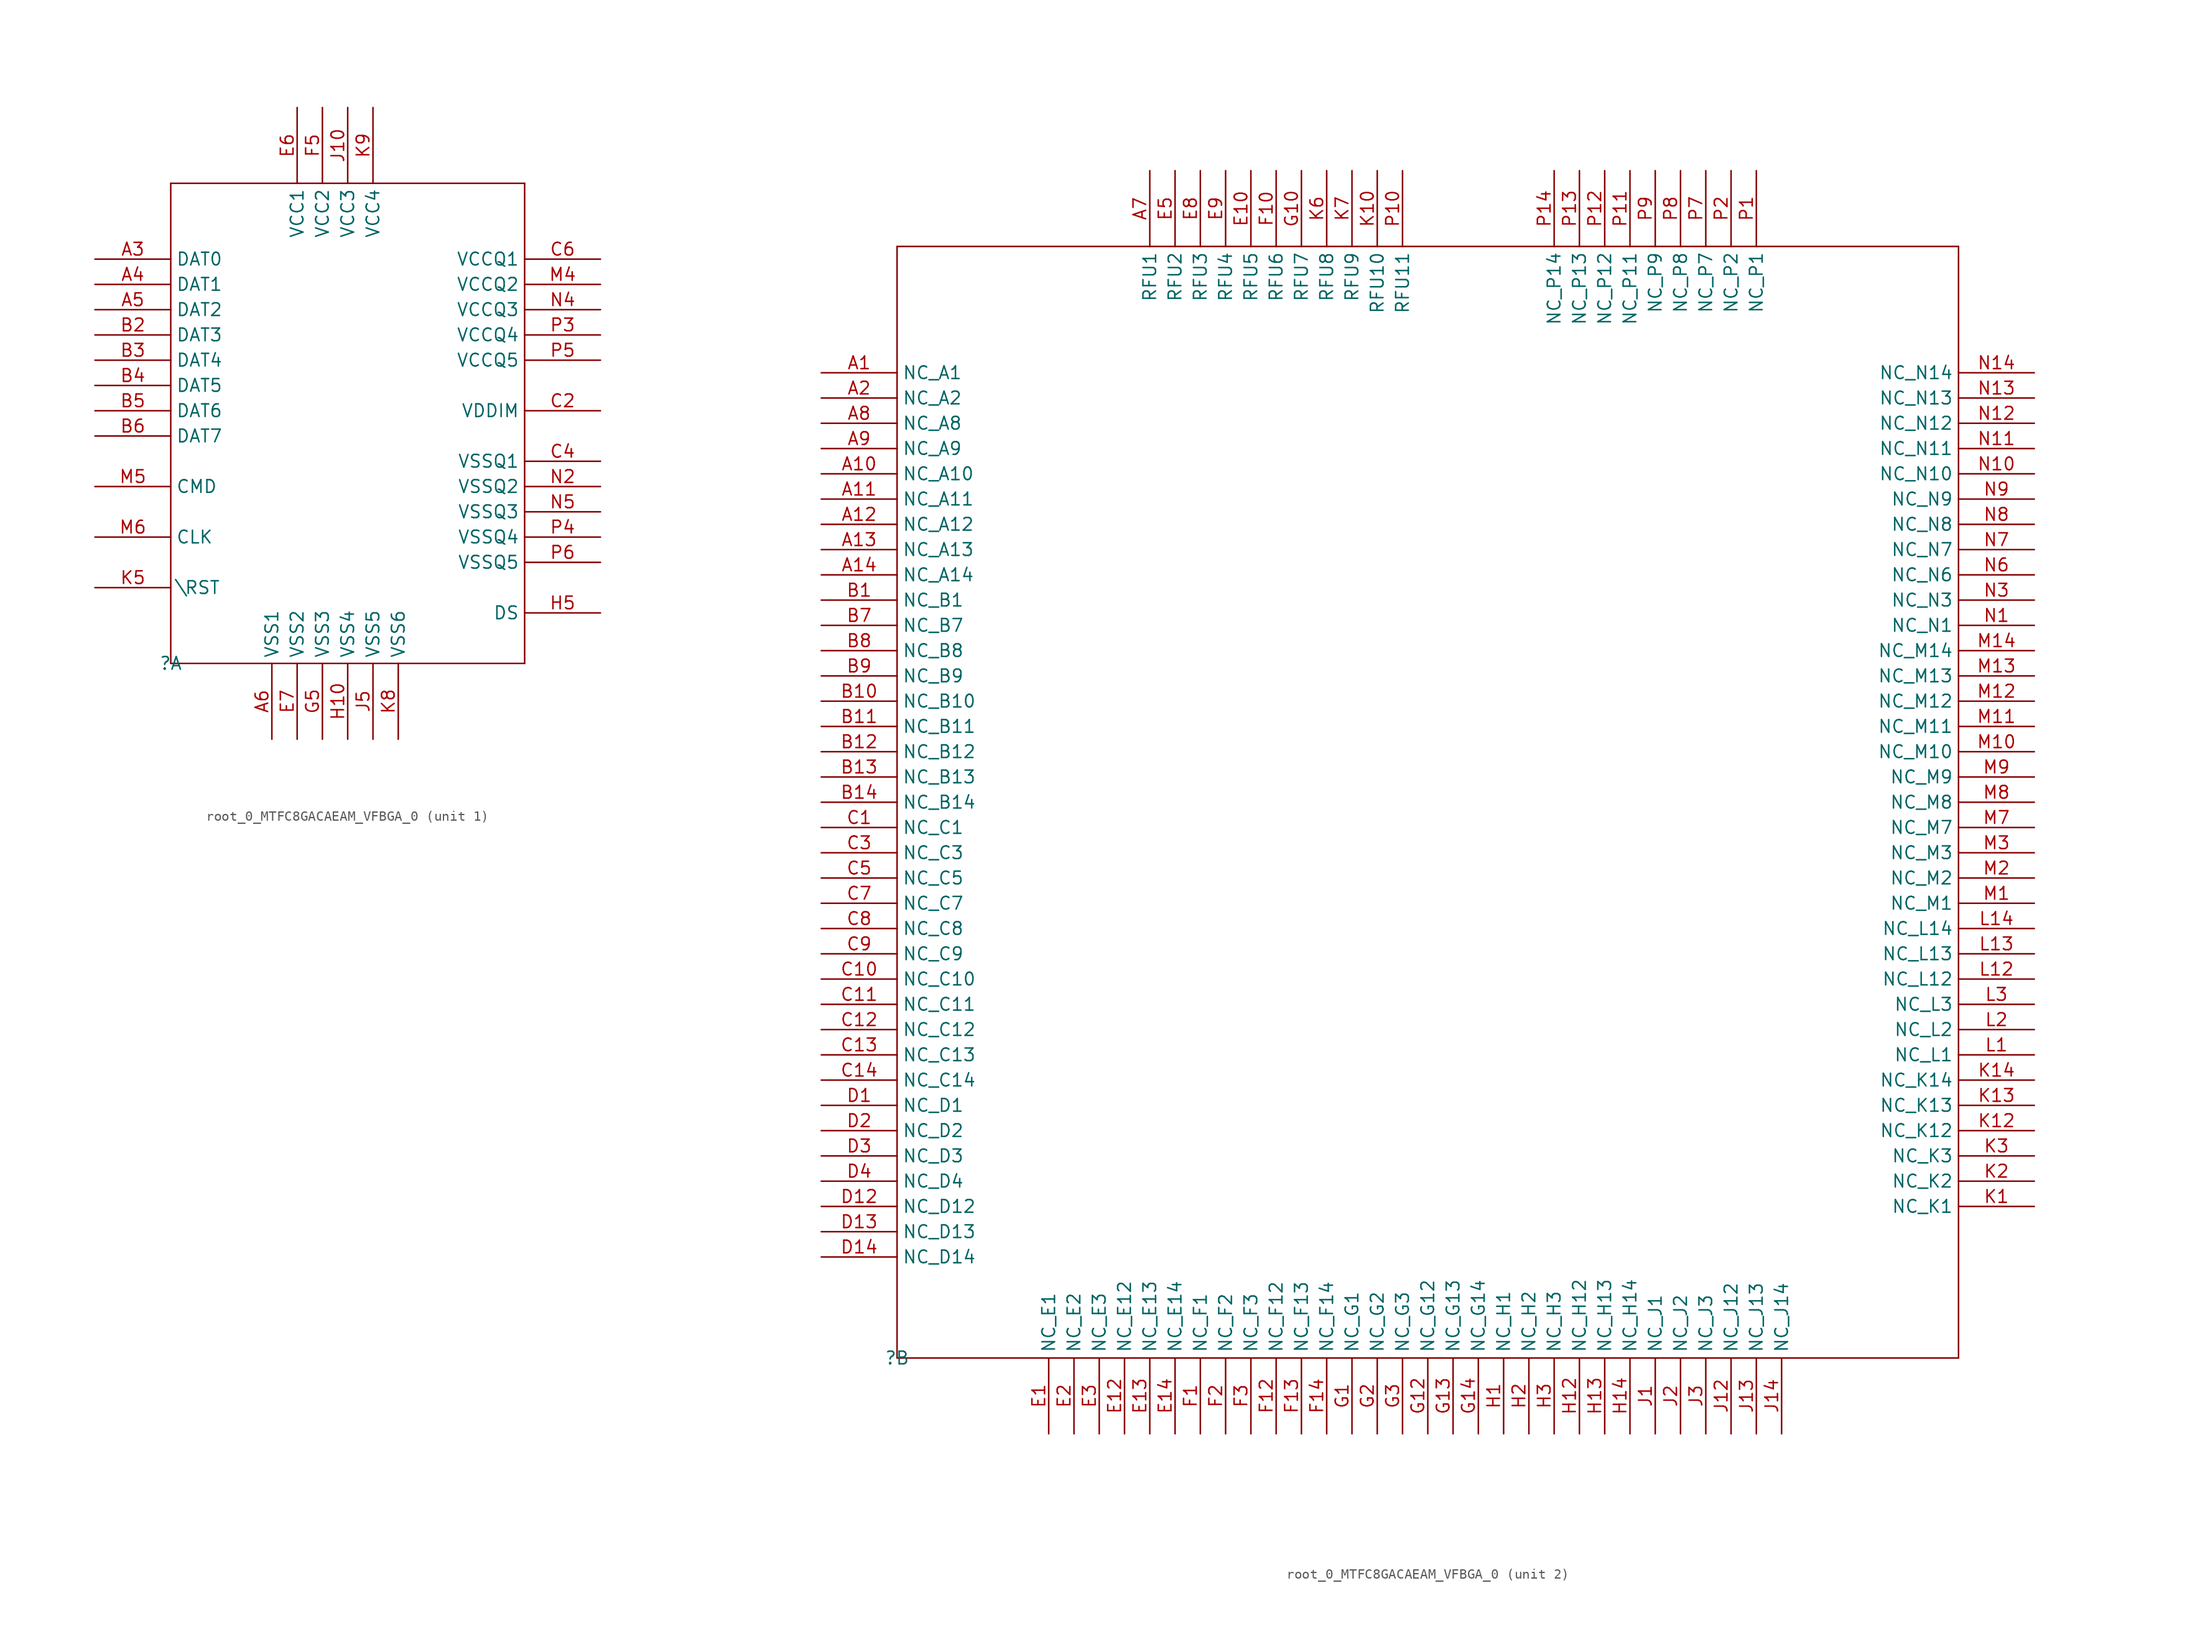
<source format=kicad_sym>
(kicad_symbol_lib
  (version 20220914)
  (generator kicad_symbol_editor)
  (symbol "root_0_MTFC8GACAEAM_VFBGA_0"
    (property "Reference" ""
      (at 0 0 0)
      (effects (font (size 1.27 1.27))))
    (property "Value" ""
      (at 0 0 0)
      (effects (font (size 1.27 1.27))))
    (symbol "root_0_MTFC8GACAEAM_VFBGA_0_1_0"
      (polyline (pts (xy 0 0) (xy 0 48.26)) (stroke (width 0) (type solid)) (fill (type none)))
      (polyline (pts (xy 0 48.26) (xy 35.56 48.26)) (stroke (width 0) (type solid)) (fill (type none)))
      (polyline (pts (xy 35.56 0) (xy 0 0)) (stroke (width 0) (type solid)) (fill (type none)))
      (polyline (pts (xy 35.56 48.26) (xy 35.56 0)) (stroke (width 0) (type solid)) (fill (type none)))
      (pin bidirectional line (at -7.62 40.64 0) (length 7.62) (name "DAT0" (effects (font (size 1.27 1.27)))) (number "A3" (effects (font (size 1.27 1.27)))))
      (pin bidirectional line (at -7.62 38.1 0) (length 7.62) (name "DAT1" (effects (font (size 1.27 1.27)))) (number "A4" (effects (font (size 1.27 1.27)))))
      (pin bidirectional line (at -7.62 35.56 0) (length 7.62) (name "DAT2" (effects (font (size 1.27 1.27)))) (number "A5" (effects (font (size 1.27 1.27)))))
      (pin power_in line (at 10.16 -7.62 90) (length 7.62) (name "VSS1" (effects (font (size 1.27 1.27)))) (number "A6" (effects (font (size 1.27 1.27)))))
      (pin bidirectional line (at -7.62 33.02 0) (length 7.62) (name "DAT3" (effects (font (size 1.27 1.27)))) (number "B2" (effects (font (size 1.27 1.27)))))
      (pin bidirectional line (at -7.62 30.48 0) (length 7.62) (name "DAT4" (effects (font (size 1.27 1.27)))) (number "B3" (effects (font (size 1.27 1.27)))))
      (pin bidirectional line (at -7.62 27.94 0) (length 7.62) (name "DAT5" (effects (font (size 1.27 1.27)))) (number "B4" (effects (font (size 1.27 1.27)))))
      (pin bidirectional line (at -7.62 25.4 0) (length 7.62) (name "DAT6" (effects (font (size 1.27 1.27)))) (number "B5" (effects (font (size 1.27 1.27)))))
      (pin bidirectional line (at -7.62 22.86 0) (length 7.62) (name "DAT7" (effects (font (size 1.27 1.27)))) (number "B6" (effects (font (size 1.27 1.27)))))
      (pin power_in line (at 43.18 25.4 180) (length 7.62) (name "VDDIM" (effects (font (size 1.27 1.27)))) (number "C2" (effects (font (size 1.27 1.27)))))
      (pin power_in line (at 43.18 20.32 180) (length 7.62) (name "VSSQ1" (effects (font (size 1.27 1.27)))) (number "C4" (effects (font (size 1.27 1.27)))))
      (pin power_in line (at 43.18 40.64 180) (length 7.62) (name "VCCQ1" (effects (font (size 1.27 1.27)))) (number "C6" (effects (font (size 1.27 1.27)))))
      (pin power_in line (at 12.7 55.88 270) (length 7.62) (name "VCC1" (effects (font (size 1.27 1.27)))) (number "E6" (effects (font (size 1.27 1.27)))))
      (pin power_in line (at 12.7 -7.62 90) (length 7.62) (name "VSS2" (effects (font (size 1.27 1.27)))) (number "E7" (effects (font (size 1.27 1.27)))))
      (pin power_in line (at 15.24 55.88 270) (length 7.62) (name "VCC2" (effects (font (size 1.27 1.27)))) (number "F5" (effects (font (size 1.27 1.27)))))
      (pin power_in line (at 15.24 -7.62 90) (length 7.62) (name "VSS3" (effects (font (size 1.27 1.27)))) (number "G5" (effects (font (size 1.27 1.27)))))
      (pin power_in line (at 17.78 -7.62 90) (length 7.62) (name "VSS4" (effects (font (size 1.27 1.27)))) (number "H10" (effects (font (size 1.27 1.27)))))
      (pin passive line (at 43.18 5.08 180) (length 7.62) (name "DS" (effects (font (size 1.27 1.27)))) (number "H5" (effects (font (size 1.27 1.27)))))
      (pin power_in line (at 17.78 55.88 270) (length 7.62) (name "VCC3" (effects (font (size 1.27 1.27)))) (number "J10" (effects (font (size 1.27 1.27)))))
      (pin power_in line (at 20.32 -7.62 90) (length 7.62) (name "VSS5" (effects (font (size 1.27 1.27)))) (number "J5" (effects (font (size 1.27 1.27)))))
      (pin passive line (at -7.62 7.62 0) (length 7.62) (name "\\RST" (effects (font (size 1.27 1.27)))) (number "K5" (effects (font (size 1.27 1.27)))))
      (pin power_in line (at 22.86 -7.62 90) (length 7.62) (name "VSS6" (effects (font (size 1.27 1.27)))) (number "K8" (effects (font (size 1.27 1.27)))))
      (pin power_in line (at 20.32 55.88 270) (length 7.62) (name "VCC4" (effects (font (size 1.27 1.27)))) (number "K9" (effects (font (size 1.27 1.27)))))
      (pin power_in line (at 43.18 38.1 180) (length 7.62) (name "VCCQ2" (effects (font (size 1.27 1.27)))) (number "M4" (effects (font (size 1.27 1.27)))))
      (pin bidirectional line (at -7.62 17.78 0) (length 7.62) (name "CMD" (effects (font (size 1.27 1.27)))) (number "M5" (effects (font (size 1.27 1.27)))))
      (pin passive line (at -7.62 12.7 0) (length 7.62) (name "CLK" (effects (font (size 1.27 1.27)))) (number "M6" (effects (font (size 1.27 1.27)))))
      (pin power_in line (at 43.18 17.78 180) (length 7.62) (name "VSSQ2" (effects (font (size 1.27 1.27)))) (number "N2" (effects (font (size 1.27 1.27)))))
      (pin power_in line (at 43.18 35.56 180) (length 7.62) (name "VCCQ3" (effects (font (size 1.27 1.27)))) (number "N4" (effects (font (size 1.27 1.27)))))
      (pin power_in line (at 43.18 15.24 180) (length 7.62) (name "VSSQ3" (effects (font (size 1.27 1.27)))) (number "N5" (effects (font (size 1.27 1.27)))))
      (pin power_in line (at 43.18 33.02 180) (length 7.62) (name "VCCQ4" (effects (font (size 1.27 1.27)))) (number "P3" (effects (font (size 1.27 1.27)))))
      (pin power_in line (at 43.18 12.7 180) (length 7.62) (name "VSSQ4" (effects (font (size 1.27 1.27)))) (number "P4" (effects (font (size 1.27 1.27)))))
      (pin power_in line (at 43.18 30.48 180) (length 7.62) (name "VCCQ5" (effects (font (size 1.27 1.27)))) (number "P5" (effects (font (size 1.27 1.27)))))
      (pin power_in line (at 43.18 10.16 180) (length 7.62) (name "VSSQ5" (effects (font (size 1.27 1.27)))) (number "P6" (effects (font (size 1.27 1.27))))))
    (symbol "root_0_MTFC8GACAEAM_VFBGA_0_2_0"
      (polyline (pts (xy 0 0) (xy 0 111.76)) (stroke (width 0) (type solid)) (fill (type none)))
      (polyline (pts (xy 0 111.76) (xy 106.68 111.76)) (stroke (width 0) (type solid)) (fill (type none)))
      (polyline (pts (xy 106.68 0) (xy 0 0)) (stroke (width 0) (type solid)) (fill (type none)))
      (polyline (pts (xy 106.68 111.76) (xy 106.68 0)) (stroke (width 0) (type solid)) (fill (type none)))
      (pin passive line (at -7.62 99.06 0) (length 7.62) (name "NC_A1" (effects (font (size 1.27 1.27)))) (number "A1" (effects (font (size 1.27 1.27)))))
      (pin passive line (at -7.62 88.9 0) (length 7.62) (name "NC_A10" (effects (font (size 1.27 1.27)))) (number "A10" (effects (font (size 1.27 1.27)))))
      (pin passive line (at -7.62 86.36 0) (length 7.62) (name "NC_A11" (effects (font (size 1.27 1.27)))) (number "A11" (effects (font (size 1.27 1.27)))))
      (pin passive line (at -7.62 83.82 0) (length 7.62) (name "NC_A12" (effects (font (size 1.27 1.27)))) (number "A12" (effects (font (size 1.27 1.27)))))
      (pin passive line (at -7.62 81.28 0) (length 7.62) (name "NC_A13" (effects (font (size 1.27 1.27)))) (number "A13" (effects (font (size 1.27 1.27)))))
      (pin passive line (at -7.62 78.74 0) (length 7.62) (name "NC_A14" (effects (font (size 1.27 1.27)))) (number "A14" (effects (font (size 1.27 1.27)))))
      (pin passive line (at -7.62 96.52 0) (length 7.62) (name "NC_A2" (effects (font (size 1.27 1.27)))) (number "A2" (effects (font (size 1.27 1.27)))))
      (pin passive line (at 25.4 119.38 270) (length 7.62) (name "RFU1" (effects (font (size 1.27 1.27)))) (number "A7" (effects (font (size 1.27 1.27)))))
      (pin passive line (at -7.62 93.98 0) (length 7.62) (name "NC_A8" (effects (font (size 1.27 1.27)))) (number "A8" (effects (font (size 1.27 1.27)))))
      (pin passive line (at -7.62 91.44 0) (length 7.62) (name "NC_A9" (effects (font (size 1.27 1.27)))) (number "A9" (effects (font (size 1.27 1.27)))))
      (pin passive line (at -7.62 76.2 0) (length 7.62) (name "NC_B1" (effects (font (size 1.27 1.27)))) (number "B1" (effects (font (size 1.27 1.27)))))
      (pin passive line (at -7.62 66.04 0) (length 7.62) (name "NC_B10" (effects (font (size 1.27 1.27)))) (number "B10" (effects (font (size 1.27 1.27)))))
      (pin passive line (at -7.62 63.5 0) (length 7.62) (name "NC_B11" (effects (font (size 1.27 1.27)))) (number "B11" (effects (font (size 1.27 1.27)))))
      (pin passive line (at -7.62 60.96 0) (length 7.62) (name "NC_B12" (effects (font (size 1.27 1.27)))) (number "B12" (effects (font (size 1.27 1.27)))))
      (pin passive line (at -7.62 58.42 0) (length 7.62) (name "NC_B13" (effects (font (size 1.27 1.27)))) (number "B13" (effects (font (size 1.27 1.27)))))
      (pin passive line (at -7.62 55.88 0) (length 7.62) (name "NC_B14" (effects (font (size 1.27 1.27)))) (number "B14" (effects (font (size 1.27 1.27)))))
      (pin passive line (at -7.62 73.66 0) (length 7.62) (name "NC_B7" (effects (font (size 1.27 1.27)))) (number "B7" (effects (font (size 1.27 1.27)))))
      (pin passive line (at -7.62 71.12 0) (length 7.62) (name "NC_B8" (effects (font (size 1.27 1.27)))) (number "B8" (effects (font (size 1.27 1.27)))))
      (pin passive line (at -7.62 68.58 0) (length 7.62) (name "NC_B9" (effects (font (size 1.27 1.27)))) (number "B9" (effects (font (size 1.27 1.27)))))
      (pin passive line (at -7.62 53.34 0) (length 7.62) (name "NC_C1" (effects (font (size 1.27 1.27)))) (number "C1" (effects (font (size 1.27 1.27)))))
      (pin passive line (at -7.62 38.1 0) (length 7.62) (name "NC_C10" (effects (font (size 1.27 1.27)))) (number "C10" (effects (font (size 1.27 1.27)))))
      (pin passive line (at -7.62 35.56 0) (length 7.62) (name "NC_C11" (effects (font (size 1.27 1.27)))) (number "C11" (effects (font (size 1.27 1.27)))))
      (pin passive line (at -7.62 33.02 0) (length 7.62) (name "NC_C12" (effects (font (size 1.27 1.27)))) (number "C12" (effects (font (size 1.27 1.27)))))
      (pin passive line (at -7.62 30.48 0) (length 7.62) (name "NC_C13" (effects (font (size 1.27 1.27)))) (number "C13" (effects (font (size 1.27 1.27)))))
      (pin passive line (at -7.62 27.94 0) (length 7.62) (name "NC_C14" (effects (font (size 1.27 1.27)))) (number "C14" (effects (font (size 1.27 1.27)))))
      (pin passive line (at -7.62 50.8 0) (length 7.62) (name "NC_C3" (effects (font (size 1.27 1.27)))) (number "C3" (effects (font (size 1.27 1.27)))))
      (pin passive line (at -7.62 48.26 0) (length 7.62) (name "NC_C5" (effects (font (size 1.27 1.27)))) (number "C5" (effects (font (size 1.27 1.27)))))
      (pin passive line (at -7.62 45.72 0) (length 7.62) (name "NC_C7" (effects (font (size 1.27 1.27)))) (number "C7" (effects (font (size 1.27 1.27)))))
      (pin passive line (at -7.62 43.18 0) (length 7.62) (name "NC_C8" (effects (font (size 1.27 1.27)))) (number "C8" (effects (font (size 1.27 1.27)))))
      (pin passive line (at -7.62 40.64 0) (length 7.62) (name "NC_C9" (effects (font (size 1.27 1.27)))) (number "C9" (effects (font (size 1.27 1.27)))))
      (pin passive line (at -7.62 25.4 0) (length 7.62) (name "NC_D1" (effects (font (size 1.27 1.27)))) (number "D1" (effects (font (size 1.27 1.27)))))
      (pin passive line (at -7.62 15.24 0) (length 7.62) (name "NC_D12" (effects (font (size 1.27 1.27)))) (number "D12" (effects (font (size 1.27 1.27)))))
      (pin passive line (at -7.62 12.7 0) (length 7.62) (name "NC_D13" (effects (font (size 1.27 1.27)))) (number "D13" (effects (font (size 1.27 1.27)))))
      (pin passive line (at -7.62 10.16 0) (length 7.62) (name "NC_D14" (effects (font (size 1.27 1.27)))) (number "D14" (effects (font (size 1.27 1.27)))))
      (pin passive line (at -7.62 22.86 0) (length 7.62) (name "NC_D2" (effects (font (size 1.27 1.27)))) (number "D2" (effects (font (size 1.27 1.27)))))
      (pin passive line (at -7.62 20.32 0) (length 7.62) (name "NC_D3" (effects (font (size 1.27 1.27)))) (number "D3" (effects (font (size 1.27 1.27)))))
      (pin passive line (at -7.62 17.78 0) (length 7.62) (name "NC_D4" (effects (font (size 1.27 1.27)))) (number "D4" (effects (font (size 1.27 1.27)))))
      (pin passive line (at 15.24 -7.62 90) (length 7.62) (name "NC_E1" (effects (font (size 1.27 1.27)))) (number "E1" (effects (font (size 1.27 1.27)))))
      (pin passive line (at 35.56 119.38 270) (length 7.62) (name "RFU5" (effects (font (size 1.27 1.27)))) (number "E10" (effects (font (size 1.27 1.27)))))
      (pin passive line (at 22.86 -7.62 90) (length 7.62) (name "NC_E12" (effects (font (size 1.27 1.27)))) (number "E12" (effects (font (size 1.27 1.27)))))
      (pin passive line (at 25.4 -7.62 90) (length 7.62) (name "NC_E13" (effects (font (size 1.27 1.27)))) (number "E13" (effects (font (size 1.27 1.27)))))
      (pin passive line (at 27.94 -7.62 90) (length 7.62) (name "NC_E14" (effects (font (size 1.27 1.27)))) (number "E14" (effects (font (size 1.27 1.27)))))
      (pin passive line (at 17.78 -7.62 90) (length 7.62) (name "NC_E2" (effects (font (size 1.27 1.27)))) (number "E2" (effects (font (size 1.27 1.27)))))
      (pin passive line (at 20.32 -7.62 90) (length 7.62) (name "NC_E3" (effects (font (size 1.27 1.27)))) (number "E3" (effects (font (size 1.27 1.27)))))
      (pin passive line (at 27.94 119.38 270) (length 7.62) (name "RFU2" (effects (font (size 1.27 1.27)))) (number "E5" (effects (font (size 1.27 1.27)))))
      (pin passive line (at 30.48 119.38 270) (length 7.62) (name "RFU3" (effects (font (size 1.27 1.27)))) (number "E8" (effects (font (size 1.27 1.27)))))
      (pin passive line (at 33.02 119.38 270) (length 7.62) (name "RFU4" (effects (font (size 1.27 1.27)))) (number "E9" (effects (font (size 1.27 1.27)))))
      (pin passive line (at 30.48 -7.62 90) (length 7.62) (name "NC_F1" (effects (font (size 1.27 1.27)))) (number "F1" (effects (font (size 1.27 1.27)))))
      (pin passive line (at 38.1 119.38 270) (length 7.62) (name "RFU6" (effects (font (size 1.27 1.27)))) (number "F10" (effects (font (size 1.27 1.27)))))
      (pin passive line (at 38.1 -7.62 90) (length 7.62) (name "NC_F12" (effects (font (size 1.27 1.27)))) (number "F12" (effects (font (size 1.27 1.27)))))
      (pin passive line (at 40.64 -7.62 90) (length 7.62) (name "NC_F13" (effects (font (size 1.27 1.27)))) (number "F13" (effects (font (size 1.27 1.27)))))
      (pin passive line (at 43.18 -7.62 90) (length 7.62) (name "NC_F14" (effects (font (size 1.27 1.27)))) (number "F14" (effects (font (size 1.27 1.27)))))
      (pin passive line (at 33.02 -7.62 90) (length 7.62) (name "NC_F2" (effects (font (size 1.27 1.27)))) (number "F2" (effects (font (size 1.27 1.27)))))
      (pin passive line (at 35.56 -7.62 90) (length 7.62) (name "NC_F3" (effects (font (size 1.27 1.27)))) (number "F3" (effects (font (size 1.27 1.27)))))
      (pin passive line (at 45.72 -7.62 90) (length 7.62) (name "NC_G1" (effects (font (size 1.27 1.27)))) (number "G1" (effects (font (size 1.27 1.27)))))
      (pin passive line (at 40.64 119.38 270) (length 7.62) (name "RFU7" (effects (font (size 1.27 1.27)))) (number "G10" (effects (font (size 1.27 1.27)))))
      (pin passive line (at 53.34 -7.62 90) (length 7.62) (name "NC_G12" (effects (font (size 1.27 1.27)))) (number "G12" (effects (font (size 1.27 1.27)))))
      (pin passive line (at 55.88 -7.62 90) (length 7.62) (name "NC_G13" (effects (font (size 1.27 1.27)))) (number "G13" (effects (font (size 1.27 1.27)))))
      (pin passive line (at 58.42 -7.62 90) (length 7.62) (name "NC_G14" (effects (font (size 1.27 1.27)))) (number "G14" (effects (font (size 1.27 1.27)))))
      (pin passive line (at 48.26 -7.62 90) (length 7.62) (name "NC_G2" (effects (font (size 1.27 1.27)))) (number "G2" (effects (font (size 1.27 1.27)))))
      (pin passive line (at 50.8 -7.62 90) (length 7.62) (name "NC_G3" (effects (font (size 1.27 1.27)))) (number "G3" (effects (font (size 1.27 1.27)))))
      (pin passive line (at 60.96 -7.62 90) (length 7.62) (name "NC_H1" (effects (font (size 1.27 1.27)))) (number "H1" (effects (font (size 1.27 1.27)))))
      (pin passive line (at 68.58 -7.62 90) (length 7.62) (name "NC_H12" (effects (font (size 1.27 1.27)))) (number "H12" (effects (font (size 1.27 1.27)))))
      (pin passive line (at 71.12 -7.62 90) (length 7.62) (name "NC_H13" (effects (font (size 1.27 1.27)))) (number "H13" (effects (font (size 1.27 1.27)))))
      (pin passive line (at 73.66 -7.62 90) (length 7.62) (name "NC_H14" (effects (font (size 1.27 1.27)))) (number "H14" (effects (font (size 1.27 1.27)))))
      (pin passive line (at 63.5 -7.62 90) (length 7.62) (name "NC_H2" (effects (font (size 1.27 1.27)))) (number "H2" (effects (font (size 1.27 1.27)))))
      (pin passive line (at 66.04 -7.62 90) (length 7.62) (name "NC_H3" (effects (font (size 1.27 1.27)))) (number "H3" (effects (font (size 1.27 1.27)))))
      (pin passive line (at 76.2 -7.62 90) (length 7.62) (name "NC_J1" (effects (font (size 1.27 1.27)))) (number "J1" (effects (font (size 1.27 1.27)))))
      (pin passive line (at 83.82 -7.62 90) (length 7.62) (name "NC_J12" (effects (font (size 1.27 1.27)))) (number "J12" (effects (font (size 1.27 1.27)))))
      (pin passive line (at 86.36 -7.62 90) (length 7.62) (name "NC_J13" (effects (font (size 1.27 1.27)))) (number "J13" (effects (font (size 1.27 1.27)))))
      (pin passive line (at 88.9 -7.62 90) (length 7.62) (name "NC_J14" (effects (font (size 1.27 1.27)))) (number "J14" (effects (font (size 1.27 1.27)))))
      (pin passive line (at 78.74 -7.62 90) (length 7.62) (name "NC_J2" (effects (font (size 1.27 1.27)))) (number "J2" (effects (font (size 1.27 1.27)))))
      (pin passive line (at 81.28 -7.62 90) (length 7.62) (name "NC_J3" (effects (font (size 1.27 1.27)))) (number "J3" (effects (font (size 1.27 1.27)))))
      (pin passive line (at 114.3 15.24 180) (length 7.62) (name "NC_K1" (effects (font (size 1.27 1.27)))) (number "K1" (effects (font (size 1.27 1.27)))))
      (pin passive line (at 48.26 119.38 270) (length 7.62) (name "RFU10" (effects (font (size 1.27 1.27)))) (number "K10" (effects (font (size 1.27 1.27)))))
      (pin passive line (at 114.3 22.86 180) (length 7.62) (name "NC_K12" (effects (font (size 1.27 1.27)))) (number "K12" (effects (font (size 1.27 1.27)))))
      (pin passive line (at 114.3 25.4 180) (length 7.62) (name "NC_K13" (effects (font (size 1.27 1.27)))) (number "K13" (effects (font (size 1.27 1.27)))))
      (pin passive line (at 114.3 27.94 180) (length 7.62) (name "NC_K14" (effects (font (size 1.27 1.27)))) (number "K14" (effects (font (size 1.27 1.27)))))
      (pin passive line (at 114.3 17.78 180) (length 7.62) (name "NC_K2" (effects (font (size 1.27 1.27)))) (number "K2" (effects (font (size 1.27 1.27)))))
      (pin passive line (at 114.3 20.32 180) (length 7.62) (name "NC_K3" (effects (font (size 1.27 1.27)))) (number "K3" (effects (font (size 1.27 1.27)))))
      (pin passive line (at 43.18 119.38 270) (length 7.62) (name "RFU8" (effects (font (size 1.27 1.27)))) (number "K6" (effects (font (size 1.27 1.27)))))
      (pin passive line (at 45.72 119.38 270) (length 7.62) (name "RFU9" (effects (font (size 1.27 1.27)))) (number "K7" (effects (font (size 1.27 1.27)))))
      (pin passive line (at 114.3 30.48 180) (length 7.62) (name "NC_L1" (effects (font (size 1.27 1.27)))) (number "L1" (effects (font (size 1.27 1.27)))))
      (pin passive line (at 114.3 38.1 180) (length 7.62) (name "NC_L12" (effects (font (size 1.27 1.27)))) (number "L12" (effects (font (size 1.27 1.27)))))
      (pin passive line (at 114.3 40.64 180) (length 7.62) (name "NC_L13" (effects (font (size 1.27 1.27)))) (number "L13" (effects (font (size 1.27 1.27)))))
      (pin passive line (at 114.3 43.18 180) (length 7.62) (name "NC_L14" (effects (font (size 1.27 1.27)))) (number "L14" (effects (font (size 1.27 1.27)))))
      (pin passive line (at 114.3 33.02 180) (length 7.62) (name "NC_L2" (effects (font (size 1.27 1.27)))) (number "L2" (effects (font (size 1.27 1.27)))))
      (pin passive line (at 114.3 35.56 180) (length 7.62) (name "NC_L3" (effects (font (size 1.27 1.27)))) (number "L3" (effects (font (size 1.27 1.27)))))
      (pin passive line (at 114.3 45.72 180) (length 7.62) (name "NC_M1" (effects (font (size 1.27 1.27)))) (number "M1" (effects (font (size 1.27 1.27)))))
      (pin passive line (at 114.3 60.96 180) (length 7.62) (name "NC_M10" (effects (font (size 1.27 1.27)))) (number "M10" (effects (font (size 1.27 1.27)))))
      (pin passive line (at 114.3 63.5 180) (length 7.62) (name "NC_M11" (effects (font (size 1.27 1.27)))) (number "M11" (effects (font (size 1.27 1.27)))))
      (pin passive line (at 114.3 66.04 180) (length 7.62) (name "NC_M12" (effects (font (size 1.27 1.27)))) (number "M12" (effects (font (size 1.27 1.27)))))
      (pin passive line (at 114.3 68.58 180) (length 7.62) (name "NC_M13" (effects (font (size 1.27 1.27)))) (number "M13" (effects (font (size 1.27 1.27)))))
      (pin passive line (at 114.3 71.12 180) (length 7.62) (name "NC_M14" (effects (font (size 1.27 1.27)))) (number "M14" (effects (font (size 1.27 1.27)))))
      (pin passive line (at 114.3 48.26 180) (length 7.62) (name "NC_M2" (effects (font (size 1.27 1.27)))) (number "M2" (effects (font (size 1.27 1.27)))))
      (pin passive line (at 114.3 50.8 180) (length 7.62) (name "NC_M3" (effects (font (size 1.27 1.27)))) (number "M3" (effects (font (size 1.27 1.27)))))
      (pin passive line (at 114.3 53.34 180) (length 7.62) (name "NC_M7" (effects (font (size 1.27 1.27)))) (number "M7" (effects (font (size 1.27 1.27)))))
      (pin passive line (at 114.3 55.88 180) (length 7.62) (name "NC_M8" (effects (font (size 1.27 1.27)))) (number "M8" (effects (font (size 1.27 1.27)))))
      (pin passive line (at 114.3 58.42 180) (length 7.62) (name "NC_M9" (effects (font (size 1.27 1.27)))) (number "M9" (effects (font (size 1.27 1.27)))))
      (pin passive line (at 114.3 73.66 180) (length 7.62) (name "NC_N1" (effects (font (size 1.27 1.27)))) (number "N1" (effects (font (size 1.27 1.27)))))
      (pin passive line (at 114.3 88.9 180) (length 7.62) (name "NC_N10" (effects (font (size 1.27 1.27)))) (number "N10" (effects (font (size 1.27 1.27)))))
      (pin passive line (at 114.3 91.44 180) (length 7.62) (name "NC_N11" (effects (font (size 1.27 1.27)))) (number "N11" (effects (font (size 1.27 1.27)))))
      (pin passive line (at 114.3 93.98 180) (length 7.62) (name "NC_N12" (effects (font (size 1.27 1.27)))) (number "N12" (effects (font (size 1.27 1.27)))))
      (pin passive line (at 114.3 96.52 180) (length 7.62) (name "NC_N13" (effects (font (size 1.27 1.27)))) (number "N13" (effects (font (size 1.27 1.27)))))
      (pin passive line (at 114.3 99.06 180) (length 7.62) (name "NC_N14" (effects (font (size 1.27 1.27)))) (number "N14" (effects (font (size 1.27 1.27)))))
      (pin passive line (at 114.3 76.2 180) (length 7.62) (name "NC_N3" (effects (font (size 1.27 1.27)))) (number "N3" (effects (font (size 1.27 1.27)))))
      (pin passive line (at 114.3 78.74 180) (length 7.62) (name "NC_N6" (effects (font (size 1.27 1.27)))) (number "N6" (effects (font (size 1.27 1.27)))))
      (pin passive line (at 114.3 81.28 180) (length 7.62) (name "NC_N7" (effects (font (size 1.27 1.27)))) (number "N7" (effects (font (size 1.27 1.27)))))
      (pin passive line (at 114.3 83.82 180) (length 7.62) (name "NC_N8" (effects (font (size 1.27 1.27)))) (number "N8" (effects (font (size 1.27 1.27)))))
      (pin passive line (at 114.3 86.36 180) (length 7.62) (name "NC_N9" (effects (font (size 1.27 1.27)))) (number "N9" (effects (font (size 1.27 1.27)))))
      (pin passive line (at 86.36 119.38 270) (length 7.62) (name "NC_P1" (effects (font (size 1.27 1.27)))) (number "P1" (effects (font (size 1.27 1.27)))))
      (pin passive line (at 50.8 119.38 270) (length 7.62) (name "RFU11" (effects (font (size 1.27 1.27)))) (number "P10" (effects (font (size 1.27 1.27)))))
      (pin passive line (at 73.66 119.38 270) (length 7.62) (name "NC_P11" (effects (font (size 1.27 1.27)))) (number "P11" (effects (font (size 1.27 1.27)))))
      (pin passive line (at 71.12 119.38 270) (length 7.62) (name "NC_P12" (effects (font (size 1.27 1.27)))) (number "P12" (effects (font (size 1.27 1.27)))))
      (pin passive line (at 68.58 119.38 270) (length 7.62) (name "NC_P13" (effects (font (size 1.27 1.27)))) (number "P13" (effects (font (size 1.27 1.27)))))
      (pin passive line (at 66.04 119.38 270) (length 7.62) (name "NC_P14" (effects (font (size 1.27 1.27)))) (number "P14" (effects (font (size 1.27 1.27)))))
      (pin passive line (at 83.82 119.38 270) (length 7.62) (name "NC_P2" (effects (font (size 1.27 1.27)))) (number "P2" (effects (font (size 1.27 1.27)))))
      (pin passive line (at 81.28 119.38 270) (length 7.62) (name "NC_P7" (effects (font (size 1.27 1.27)))) (number "P7" (effects (font (size 1.27 1.27)))))
      (pin passive line (at 78.74 119.38 270) (length 7.62) (name "NC_P8" (effects (font (size 1.27 1.27)))) (number "P8" (effects (font (size 1.27 1.27)))))
      (pin passive line (at 76.2 119.38 270) (length 7.62) (name "NC_P9" (effects (font (size 1.27 1.27)))) (number "P9" (effects (font (size 1.27 1.27))))))))
</source>
